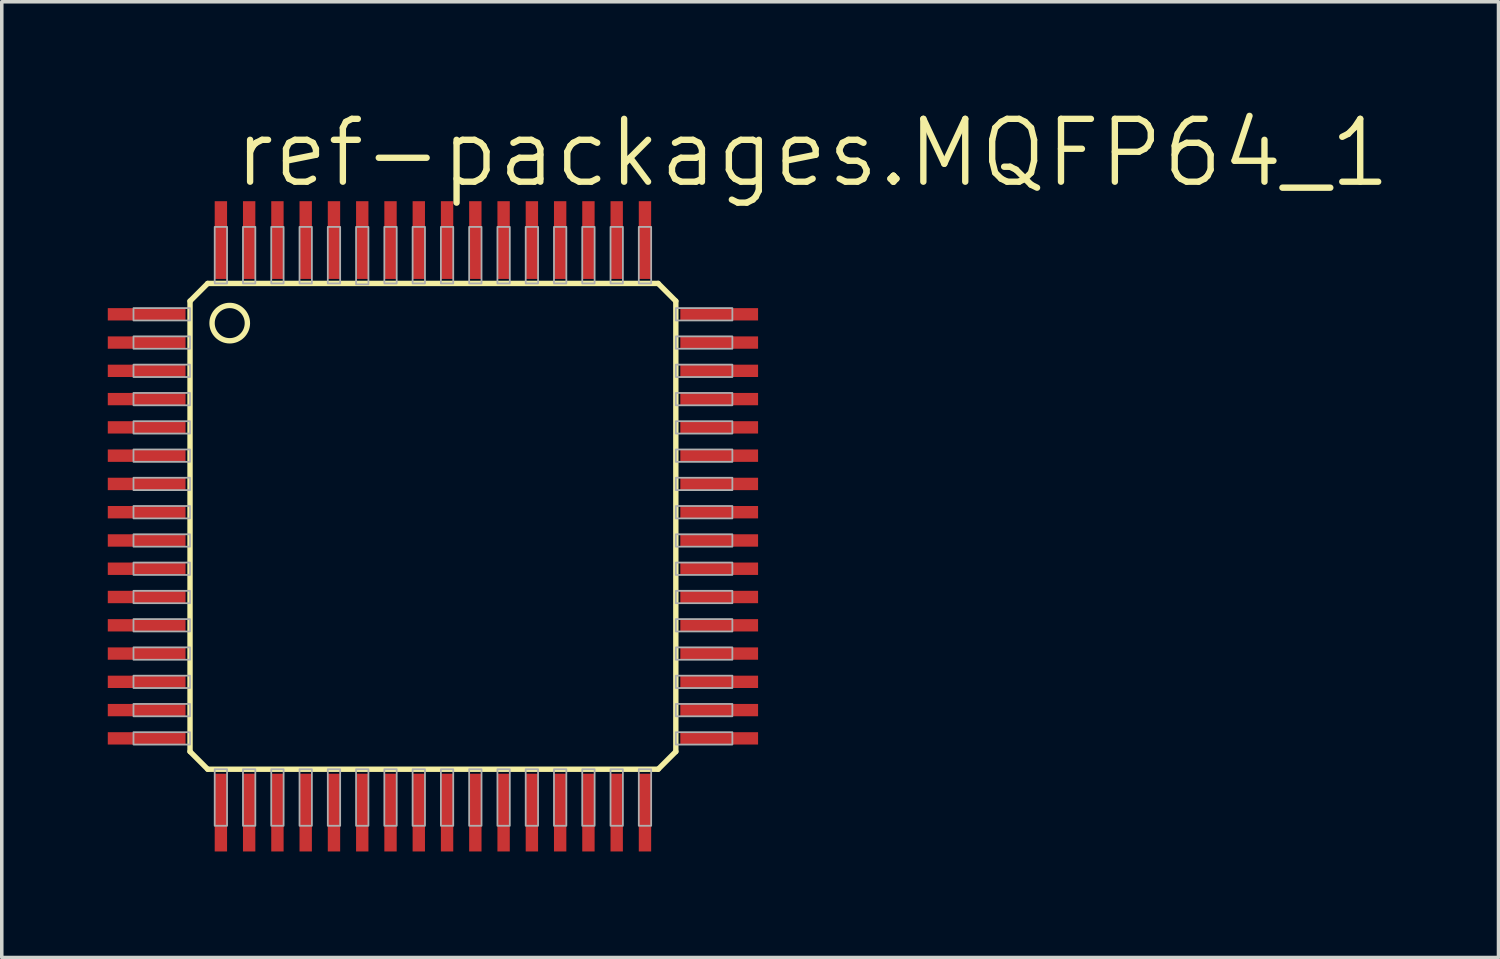
<source format=kicad_pcb>
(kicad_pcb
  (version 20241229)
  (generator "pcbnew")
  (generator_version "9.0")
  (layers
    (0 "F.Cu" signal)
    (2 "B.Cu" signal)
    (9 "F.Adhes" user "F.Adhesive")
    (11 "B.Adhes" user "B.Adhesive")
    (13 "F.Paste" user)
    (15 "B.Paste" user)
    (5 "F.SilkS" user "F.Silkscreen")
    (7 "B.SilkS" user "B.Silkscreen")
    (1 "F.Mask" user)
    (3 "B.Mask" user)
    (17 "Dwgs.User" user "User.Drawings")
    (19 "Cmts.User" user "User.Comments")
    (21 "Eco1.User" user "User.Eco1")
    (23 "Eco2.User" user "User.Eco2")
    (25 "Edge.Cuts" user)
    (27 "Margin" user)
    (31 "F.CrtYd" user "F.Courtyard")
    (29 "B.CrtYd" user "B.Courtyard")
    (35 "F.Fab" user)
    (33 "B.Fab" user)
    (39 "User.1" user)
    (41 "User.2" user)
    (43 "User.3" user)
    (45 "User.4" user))
  (footprint "ref-packages.MQFP64_1"
    (layer "F.Cu")
    (at 9.2 11.843)
    (property "Reference" "ref-packages.MQFP64_1" (at -5.715 -9.525 0) (layer "F.SilkS") (effects (font (size 1.778 1.778) (thickness 0.18)) (justify left bottom)))
    (attr smd)
    (fp_line (start -6.873 -6.373) (end -6.873 6.373) (stroke (width 0.152) (type default)) (layer "F.SilkS"))
    (fp_line (start -6.873 6.373) (end -6.373 6.873) (stroke (width 0.152) (type default)) (layer "F.SilkS"))
    (fp_line (start -6.373 -6.873) (end -6.873 -6.373) (stroke (width 0.152) (type default)) (layer "F.SilkS"))
    (fp_line (start -6.373 6.873) (end 6.373 6.873) (stroke (width 0.152) (type default)) (layer "F.SilkS"))
    (fp_line (start 6.373 -6.873) (end -6.373 -6.873) (stroke (width 0.152) (type default)) (layer "F.SilkS"))
    (fp_line (start 6.373 6.873) (end 6.873 6.373) (stroke (width 0.152) (type default)) (layer "F.SilkS"))
    (fp_line (start 6.873 -6.373) (end 6.373 -6.873) (stroke (width 0.152) (type default)) (layer "F.SilkS"))
    (fp_line (start 6.873 6.373) (end 6.873 -6.373) (stroke (width 0.152) (type default)) (layer "F.SilkS"))
    (fp_circle (center -5.75 -5.75) (end -5.25 -5.75) (stroke (width 0.152) (type default)) (fill no) (layer "F.SilkS"))
    (fp_rect (start -8.473 -5.825) (end -6.873 -6.175) (stroke (width 0.05) (type default)) (fill no) (layer "F.Fab"))
    (fp_rect (start -8.473 -5.025) (end -6.873 -5.375) (stroke (width 0.05) (type default)) (fill no) (layer "F.Fab"))
    (fp_rect (start -8.473 -4.225) (end -6.873 -4.575) (stroke (width 0.05) (type default)) (fill no) (layer "F.Fab"))
    (fp_rect (start -8.473 -3.425) (end -6.873 -3.775) (stroke (width 0.05) (type default)) (fill no) (layer "F.Fab"))
    (fp_rect (start -8.473 -2.625) (end -6.873 -2.975) (stroke (width 0.05) (type default)) (fill no) (layer "F.Fab"))
    (fp_rect (start -8.473 -1.825) (end -6.873 -2.175) (stroke (width 0.05) (type default)) (fill no) (layer "F.Fab"))
    (fp_rect (start -8.473 -1.025) (end -6.873 -1.375) (stroke (width 0.05) (type default)) (fill no) (layer "F.Fab"))
    (fp_rect (start -8.473 -0.225) (end -6.873 -0.575) (stroke (width 0.05) (type default)) (fill no) (layer "F.Fab"))
    (fp_rect (start -8.473 0.575) (end -6.873 0.225) (stroke (width 0.05) (type default)) (fill no) (layer "F.Fab"))
    (fp_rect (start -8.473 1.375) (end -6.873 1.025) (stroke (width 0.05) (type default)) (fill no) (layer "F.Fab"))
    (fp_rect (start -8.473 2.175) (end -6.873 1.825) (stroke (width 0.05) (type default)) (fill no) (layer "F.Fab"))
    (fp_rect (start -8.473 2.975) (end -6.873 2.625) (stroke (width 0.05) (type default)) (fill no) (layer "F.Fab"))
    (fp_rect (start -8.473 3.775) (end -6.873 3.425) (stroke (width 0.05) (type default)) (fill no) (layer "F.Fab"))
    (fp_rect (start -8.473 4.575) (end -6.873 4.225) (stroke (width 0.05) (type default)) (fill no) (layer "F.Fab"))
    (fp_rect (start -8.473 5.375) (end -6.873 5.025) (stroke (width 0.05) (type default)) (fill no) (layer "F.Fab"))
    (fp_rect (start -8.473 6.175) (end -6.873 5.825) (stroke (width 0.05) (type default)) (fill no) (layer "F.Fab"))
    (fp_rect (start -6.175 -6.873) (end -5.825 -8.473) (stroke (width 0.05) (type default)) (fill no) (layer "F.Fab"))
    (fp_rect (start -6.175 8.473) (end -5.825 6.873) (stroke (width 0.05) (type default)) (fill no) (layer "F.Fab"))
    (fp_rect (start -5.375 -6.873) (end -5.025 -8.473) (stroke (width 0.05) (type default)) (fill no) (layer "F.Fab"))
    (fp_rect (start -5.375 8.473) (end -5.025 6.873) (stroke (width 0.05) (type default)) (fill no) (layer "F.Fab"))
    (fp_rect (start -4.575 -6.873) (end -4.225 -8.473) (stroke (width 0.05) (type default)) (fill no) (layer "F.Fab"))
    (fp_rect (start -4.575 8.473) (end -4.225 6.873) (stroke (width 0.05) (type default)) (fill no) (layer "F.Fab"))
    (fp_rect (start -3.775 -6.873) (end -3.425 -8.473) (stroke (width 0.05) (type default)) (fill no) (layer "F.Fab"))
    (fp_rect (start -3.775 8.473) (end -3.425 6.873) (stroke (width 0.05) (type default)) (fill no) (layer "F.Fab"))
    (fp_rect (start -2.975 -6.873) (end -2.625 -8.473) (stroke (width 0.05) (type default)) (fill no) (layer "F.Fab"))
    (fp_rect (start -2.975 8.473) (end -2.625 6.873) (stroke (width 0.05) (type default)) (fill no) (layer "F.Fab"))
    (fp_rect (start -2.175 -6.848) (end -1.825 -8.473) (stroke (width 0.05) (type default)) (fill no) (layer "F.Fab"))
    (fp_rect (start -2.175 8.473) (end -1.825 6.873) (stroke (width 0.05) (type default)) (fill no) (layer "F.Fab"))
    (fp_rect (start -1.375 -6.873) (end -1.025 -8.473) (stroke (width 0.05) (type default)) (fill no) (layer "F.Fab"))
    (fp_rect (start -1.375 8.473) (end -1.025 6.873) (stroke (width 0.05) (type default)) (fill no) (layer "F.Fab"))
    (fp_rect (start -0.575 -6.873) (end -0.225 -8.473) (stroke (width 0.05) (type default)) (fill no) (layer "F.Fab"))
    (fp_rect (start -0.575 8.473) (end -0.225 6.873) (stroke (width 0.05) (type default)) (fill no) (layer "F.Fab"))
    (fp_rect (start 0.225 -6.873) (end 0.575 -8.473) (stroke (width 0.05) (type default)) (fill no) (layer "F.Fab"))
    (fp_rect (start 0.225 8.473) (end 0.575 6.873) (stroke (width 0.05) (type default)) (fill no) (layer "F.Fab"))
    (fp_rect (start 1.025 -6.873) (end 1.375 -8.473) (stroke (width 0.05) (type default)) (fill no) (layer "F.Fab"))
    (fp_rect (start 1.025 8.473) (end 1.375 6.873) (stroke (width 0.05) (type default)) (fill no) (layer "F.Fab"))
    (fp_rect (start 1.825 -6.873) (end 2.175 -8.473) (stroke (width 0.05) (type default)) (fill no) (layer "F.Fab"))
    (fp_rect (start 1.825 8.473) (end 2.175 6.873) (stroke (width 0.05) (type default)) (fill no) (layer "F.Fab"))
    (fp_rect (start 2.625 -6.873) (end 2.975 -8.473) (stroke (width 0.05) (type default)) (fill no) (layer "F.Fab"))
    (fp_rect (start 2.625 8.473) (end 2.975 6.873) (stroke (width 0.05) (type default)) (fill no) (layer "F.Fab"))
    (fp_rect (start 3.425 -6.873) (end 3.775 -8.473) (stroke (width 0.05) (type default)) (fill no) (layer "F.Fab"))
    (fp_rect (start 3.425 8.473) (end 3.775 6.873) (stroke (width 0.05) (type default)) (fill no) (layer "F.Fab"))
    (fp_rect (start 4.225 -6.873) (end 4.575 -8.473) (stroke (width 0.05) (type default)) (fill no) (layer "F.Fab"))
    (fp_rect (start 4.225 8.473) (end 4.575 6.873) (stroke (width 0.05) (type default)) (fill no) (layer "F.Fab"))
    (fp_rect (start 5.025 -6.873) (end 5.375 -8.473) (stroke (width 0.05) (type default)) (fill no) (layer "F.Fab"))
    (fp_rect (start 5.025 8.473) (end 5.375 6.873) (stroke (width 0.05) (type default)) (fill no) (layer "F.Fab"))
    (fp_rect (start 5.825 -6.873) (end 6.175 -8.473) (stroke (width 0.05) (type default)) (fill no) (layer "F.Fab"))
    (fp_rect (start 5.825 8.473) (end 6.175 6.873) (stroke (width 0.05) (type default)) (fill no) (layer "F.Fab"))
    (fp_rect (start 6.873 -5.825) (end 8.473 -6.175) (stroke (width 0.05) (type default)) (fill no) (layer "F.Fab"))
    (fp_rect (start 6.873 -5.025) (end 8.473 -5.375) (stroke (width 0.05) (type default)) (fill no) (layer "F.Fab"))
    (fp_rect (start 6.873 -4.225) (end 8.473 -4.575) (stroke (width 0.05) (type default)) (fill no) (layer "F.Fab"))
    (fp_rect (start 6.873 -3.425) (end 8.473 -3.775) (stroke (width 0.05) (type default)) (fill no) (layer "F.Fab"))
    (fp_rect (start 6.873 -2.625) (end 8.473 -2.975) (stroke (width 0.05) (type default)) (fill no) (layer "F.Fab"))
    (fp_rect (start 6.873 -1.825) (end 8.473 -2.175) (stroke (width 0.05) (type default)) (fill no) (layer "F.Fab"))
    (fp_rect (start 6.873 -1.025) (end 8.473 -1.375) (stroke (width 0.05) (type default)) (fill no) (layer "F.Fab"))
    (fp_rect (start 6.873 -0.225) (end 8.473 -0.575) (stroke (width 0.05) (type default)) (fill no) (layer "F.Fab"))
    (fp_rect (start 6.873 0.575) (end 8.473 0.225) (stroke (width 0.05) (type default)) (fill no) (layer "F.Fab"))
    (fp_rect (start 6.873 1.375) (end 8.473 1.025) (stroke (width 0.05) (type default)) (fill no) (layer "F.Fab"))
    (fp_rect (start 6.873 2.175) (end 8.473 1.825) (stroke (width 0.05) (type default)) (fill no) (layer "F.Fab"))
    (fp_rect (start 6.873 2.975) (end 8.473 2.625) (stroke (width 0.05) (type default)) (fill no) (layer "F.Fab"))
    (fp_rect (start 6.873 3.775) (end 8.473 3.425) (stroke (width 0.05) (type default)) (fill no) (layer "F.Fab"))
    (fp_rect (start 6.873 4.575) (end 8.473 4.225) (stroke (width 0.05) (type default)) (fill no) (layer "F.Fab"))
    (fp_rect (start 6.873 5.375) (end 8.473 5.025) (stroke (width 0.05) (type default)) (fill no) (layer "F.Fab"))
    (fp_rect (start 6.873 6.175) (end 8.473 5.825) (stroke (width 0.05) (type default)) (fill no) (layer "F.Fab"))
    (pad "1" smd roundrect (at -8.1 -6) (size 2.2 0.35) (layers "F.Cu" "F.Mask" "F.Paste") (roundrect_rratio 0.01))
    (pad "2" smd roundrect (at -8.1 -5.2) (size 2.2 0.35) (layers "F.Cu" "F.Mask" "F.Paste") (roundrect_rratio 0.01))
    (pad "3" smd roundrect (at -8.1 -4.4) (size 2.2 0.35) (layers "F.Cu" "F.Mask" "F.Paste") (roundrect_rratio 0.01))
    (pad "4" smd roundrect (at -8.1 -3.6) (size 2.2 0.35) (layers "F.Cu" "F.Mask" "F.Paste") (roundrect_rratio 0.01))
    (pad "5" smd roundrect (at -8.1 -2.8) (size 2.2 0.35) (layers "F.Cu" "F.Mask" "F.Paste") (roundrect_rratio 0.01))
    (pad "6" smd roundrect (at -8.1 -2) (size 2.2 0.35) (layers "F.Cu" "F.Mask" "F.Paste") (roundrect_rratio 0.01))
    (pad "7" smd roundrect (at -8.1 -1.2) (size 2.2 0.35) (layers "F.Cu" "F.Mask" "F.Paste") (roundrect_rratio 0.01))
    (pad "8" smd roundrect (at -8.1 -0.4) (size 2.2 0.35) (layers "F.Cu" "F.Mask" "F.Paste") (roundrect_rratio 0.01))
    (pad "9" smd roundrect (at -8.1 0.4) (size 2.2 0.35) (layers "F.Cu" "F.Mask" "F.Paste") (roundrect_rratio 0.01))
    (pad "10" smd roundrect (at -8.1 1.2) (size 2.2 0.35) (layers "F.Cu" "F.Mask" "F.Paste") (roundrect_rratio 0.01))
    (pad "11" smd roundrect (at -8.1 2) (size 2.2 0.35) (layers "F.Cu" "F.Mask" "F.Paste") (roundrect_rratio 0.01))
    (pad "12" smd roundrect (at -8.1 2.8) (size 2.2 0.35) (layers "F.Cu" "F.Mask" "F.Paste") (roundrect_rratio 0.01))
    (pad "13" smd roundrect (at -8.1 3.6) (size 2.2 0.35) (layers "F.Cu" "F.Mask" "F.Paste") (roundrect_rratio 0.01))
    (pad "14" smd roundrect (at -8.1 4.4) (size 2.2 0.35) (layers "F.Cu" "F.Mask" "F.Paste") (roundrect_rratio 0.01))
    (pad "15" smd roundrect (at -8.1 5.2) (size 2.2 0.35) (layers "F.Cu" "F.Mask" "F.Paste") (roundrect_rratio 0.01))
    (pad "16" smd roundrect (at -8.1 6) (size 2.2 0.35) (layers "F.Cu" "F.Mask" "F.Paste") (roundrect_rratio 0.01))
    (pad "17" smd roundrect (at -6 8.1) (size 0.35 2.2) (layers "F.Cu" "F.Mask" "F.Paste") (roundrect_rratio 0.01))
    (pad "18" smd roundrect (at -5.2 8.1) (size 0.35 2.2) (layers "F.Cu" "F.Mask" "F.Paste") (roundrect_rratio 0.01))
    (pad "19" smd roundrect (at -4.4 8.1) (size 0.35 2.2) (layers "F.Cu" "F.Mask" "F.Paste") (roundrect_rratio 0.01))
    (pad "20" smd roundrect (at -3.6 8.1) (size 0.35 2.2) (layers "F.Cu" "F.Mask" "F.Paste") (roundrect_rratio 0.01))
    (pad "21" smd roundrect (at -2.8 8.1) (size 0.35 2.2) (layers "F.Cu" "F.Mask" "F.Paste") (roundrect_rratio 0.01))
    (pad "22" smd roundrect (at -2 8.1) (size 0.35 2.2) (layers "F.Cu" "F.Mask" "F.Paste") (roundrect_rratio 0.01))
    (pad "23" smd roundrect (at -1.2 8.1) (size 0.35 2.2) (layers "F.Cu" "F.Mask" "F.Paste") (roundrect_rratio 0.01))
    (pad "24" smd roundrect (at -0.4 8.1) (size 0.35 2.2) (layers "F.Cu" "F.Mask" "F.Paste") (roundrect_rratio 0.01))
    (pad "25" smd roundrect (at 0.4 8.1) (size 0.35 2.2) (layers "F.Cu" "F.Mask" "F.Paste") (roundrect_rratio 0.01))
    (pad "26" smd roundrect (at 1.2 8.1) (size 0.35 2.2) (layers "F.Cu" "F.Mask" "F.Paste") (roundrect_rratio 0.01))
    (pad "27" smd roundrect (at 2 8.1) (size 0.35 2.2) (layers "F.Cu" "F.Mask" "F.Paste") (roundrect_rratio 0.01))
    (pad "28" smd roundrect (at 2.8 8.1) (size 0.35 2.2) (layers "F.Cu" "F.Mask" "F.Paste") (roundrect_rratio 0.01))
    (pad "29" smd roundrect (at 3.6 8.1) (size 0.35 2.2) (layers "F.Cu" "F.Mask" "F.Paste") (roundrect_rratio 0.01))
    (pad "30" smd roundrect (at 4.4 8.1) (size 0.35 2.2) (layers "F.Cu" "F.Mask" "F.Paste") (roundrect_rratio 0.01))
    (pad "31" smd roundrect (at 5.2 8.1) (size 0.35 2.2) (layers "F.Cu" "F.Mask" "F.Paste") (roundrect_rratio 0.01))
    (pad "32" smd roundrect (at 6 8.1) (size 0.35 2.2) (layers "F.Cu" "F.Mask" "F.Paste") (roundrect_rratio 0.01))
    (pad "33" smd roundrect (at 8.1 6) (size 2.2 0.35) (layers "F.Cu" "F.Mask" "F.Paste") (roundrect_rratio 0.01))
    (pad "34" smd roundrect (at 8.1 5.2) (size 2.2 0.35) (layers "F.Cu" "F.Mask" "F.Paste") (roundrect_rratio 0.01))
    (pad "35" smd roundrect (at 8.1 4.4) (size 2.2 0.35) (layers "F.Cu" "F.Mask" "F.Paste") (roundrect_rratio 0.01))
    (pad "36" smd roundrect (at 8.1 3.6) (size 2.2 0.35) (layers "F.Cu" "F.Mask" "F.Paste") (roundrect_rratio 0.01))
    (pad "37" smd roundrect (at 8.1 2.8) (size 2.2 0.35) (layers "F.Cu" "F.Mask" "F.Paste") (roundrect_rratio 0.01))
    (pad "38" smd roundrect (at 8.1 2) (size 2.2 0.35) (layers "F.Cu" "F.Mask" "F.Paste") (roundrect_rratio 0.01))
    (pad "39" smd roundrect (at 8.1 1.2) (size 2.2 0.35) (layers "F.Cu" "F.Mask" "F.Paste") (roundrect_rratio 0.01))
    (pad "40" smd roundrect (at 8.1 0.4) (size 2.2 0.35) (layers "F.Cu" "F.Mask" "F.Paste") (roundrect_rratio 0.01))
    (pad "41" smd roundrect (at 8.1 -0.4) (size 2.2 0.35) (layers "F.Cu" "F.Mask" "F.Paste") (roundrect_rratio 0.01))
    (pad "42" smd roundrect (at 8.1 -1.2) (size 2.2 0.35) (layers "F.Cu" "F.Mask" "F.Paste") (roundrect_rratio 0.01))
    (pad "43" smd roundrect (at 8.1 -2) (size 2.2 0.35) (layers "F.Cu" "F.Mask" "F.Paste") (roundrect_rratio 0.01))
    (pad "44" smd roundrect (at 8.1 -2.8) (size 2.2 0.35) (layers "F.Cu" "F.Mask" "F.Paste") (roundrect_rratio 0.01))
    (pad "45" smd roundrect (at 8.1 -3.6) (size 2.2 0.35) (layers "F.Cu" "F.Mask" "F.Paste") (roundrect_rratio 0.01))
    (pad "46" smd roundrect (at 8.1 -4.4) (size 2.2 0.35) (layers "F.Cu" "F.Mask" "F.Paste") (roundrect_rratio 0.01))
    (pad "47" smd roundrect (at 8.1 -5.2) (size 2.2 0.35) (layers "F.Cu" "F.Mask" "F.Paste") (roundrect_rratio 0.01))
    (pad "48" smd roundrect (at 8.1 -6) (size 2.2 0.35) (layers "F.Cu" "F.Mask" "F.Paste") (roundrect_rratio 0.01))
    (pad "49" smd roundrect (at 6 -8.1) (size 0.35 2.2) (layers "F.Cu" "F.Mask" "F.Paste") (roundrect_rratio 0.01))
    (pad "50" smd roundrect (at 5.2 -8.1) (size 0.35 2.2) (layers "F.Cu" "F.Mask" "F.Paste") (roundrect_rratio 0.01))
    (pad "51" smd roundrect (at 4.4 -8.1) (size 0.35 2.2) (layers "F.Cu" "F.Mask" "F.Paste") (roundrect_rratio 0.01))
    (pad "52" smd roundrect (at 3.6 -8.1) (size 0.35 2.2) (layers "F.Cu" "F.Mask" "F.Paste") (roundrect_rratio 0.01))
    (pad "53" smd roundrect (at 2.8 -8.1) (size 0.35 2.2) (layers "F.Cu" "F.Mask" "F.Paste") (roundrect_rratio 0.01))
    (pad "54" smd roundrect (at 2 -8.1) (size 0.35 2.2) (layers "F.Cu" "F.Mask" "F.Paste") (roundrect_rratio 0.01))
    (pad "55" smd roundrect (at 1.2 -8.1) (size 0.35 2.2) (layers "F.Cu" "F.Mask" "F.Paste") (roundrect_rratio 0.01))
    (pad "56" smd roundrect (at 0.4 -8.1) (size 0.35 2.2) (layers "F.Cu" "F.Mask" "F.Paste") (roundrect_rratio 0.01))
    (pad "57" smd roundrect (at -0.4 -8.1) (size 0.35 2.2) (layers "F.Cu" "F.Mask" "F.Paste") (roundrect_rratio 0.01))
    (pad "58" smd roundrect (at -1.2 -8.1) (size 0.35 2.2) (layers "F.Cu" "F.Mask" "F.Paste") (roundrect_rratio 0.01))
    (pad "59" smd roundrect (at -2 -8.1) (size 0.35 2.2) (layers "F.Cu" "F.Mask" "F.Paste") (roundrect_rratio 0.01))
    (pad "60" smd roundrect (at -2.8 -8.1) (size 0.35 2.2) (layers "F.Cu" "F.Mask" "F.Paste") (roundrect_rratio 0.01))
    (pad "61" smd roundrect (at -3.6 -8.1) (size 0.35 2.2) (layers "F.Cu" "F.Mask" "F.Paste") (roundrect_rratio 0.01))
    (pad "62" smd roundrect (at -4.4 -8.1) (size 0.35 2.2) (layers "F.Cu" "F.Mask" "F.Paste") (roundrect_rratio 0.01))
    (pad "63" smd roundrect (at -5.2 -8.1) (size 0.35 2.2) (layers "F.Cu" "F.Mask" "F.Paste") (roundrect_rratio 0.01))
    (pad "64" smd roundrect (at -6 -8.1) (size 0.35 2.2) (layers "F.Cu" "F.Mask" "F.Paste") (roundrect_rratio 0.01)))
  (gr_rect
    (start -3 -3)
    (end 39.351 24.043)
    (stroke (width 0.1) (type default))
    (fill no)
    (layer "Edge.Cuts")))
</source>
